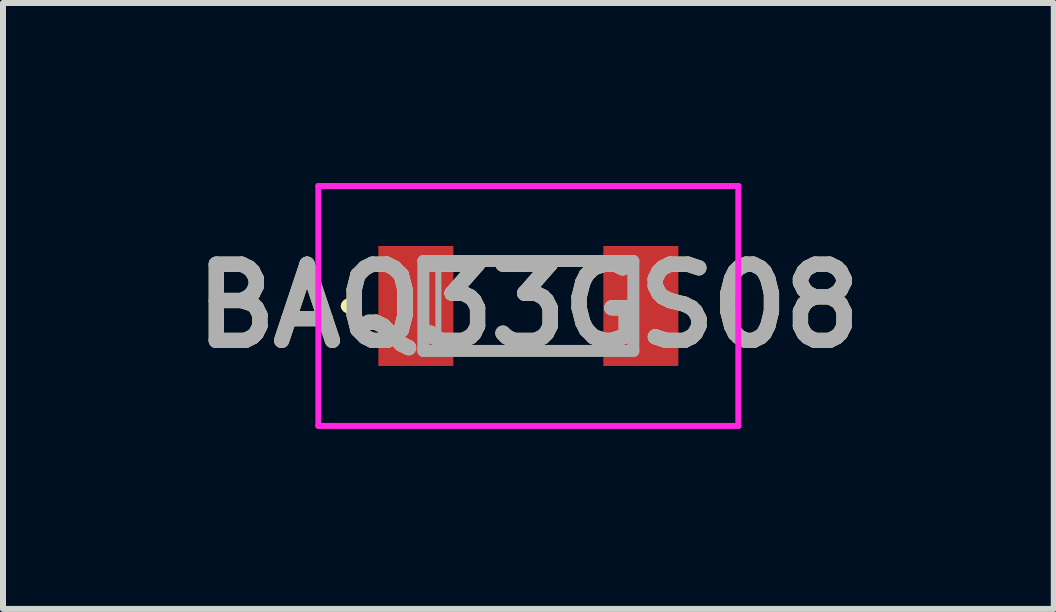
<source format=kicad_pcb>
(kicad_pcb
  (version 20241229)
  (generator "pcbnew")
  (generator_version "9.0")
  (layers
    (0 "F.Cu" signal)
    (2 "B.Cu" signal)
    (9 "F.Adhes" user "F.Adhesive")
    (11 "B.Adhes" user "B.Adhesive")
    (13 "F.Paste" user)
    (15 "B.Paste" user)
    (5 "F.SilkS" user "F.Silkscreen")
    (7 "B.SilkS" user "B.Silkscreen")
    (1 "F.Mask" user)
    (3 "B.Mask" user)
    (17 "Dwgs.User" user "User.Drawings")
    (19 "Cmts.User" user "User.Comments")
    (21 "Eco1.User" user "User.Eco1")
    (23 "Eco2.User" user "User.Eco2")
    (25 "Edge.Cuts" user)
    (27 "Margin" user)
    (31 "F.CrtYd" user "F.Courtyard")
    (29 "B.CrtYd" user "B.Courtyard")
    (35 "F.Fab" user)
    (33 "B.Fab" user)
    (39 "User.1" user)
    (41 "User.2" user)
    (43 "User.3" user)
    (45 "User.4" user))
  (footprint "BAQ33GS08"
    (layer "F.Cu")
    (at 5.757 2.05)
    (property "Reference" "BAQ33GS08" (at 0 0 0) (layer "F.SilkS") (effects (font (size 1.27 1.27) (thickness 0.254))))
    (attr smd)
    (fp_line (start -3.063 0) (end -3.063 0) (stroke (width 0.125) (type solid)) (layer "F.SilkS"))
    (fp_line (start -2.938 0) (end -2.938 0) (stroke (width 0.125) (type solid)) (layer "F.SilkS"))
    (fp_line (start -0.75 -0.75) (end 0.75 -0.75) (stroke (width 0.1) (type solid)) (layer "F.SilkS"))
    (fp_line (start -0.75 0.75) (end 0.75 0.75) (stroke (width 0.1) (type solid)) (layer "F.SilkS"))
    (fp_arc (start -3.063 0.001) (mid -3.001 -0.062) (end -2.938 0) (stroke (width 0.125) (type solid)) (layer "F.SilkS"))
    (fp_arc (start -2.938 -0.001) (mid -3 0.062) (end -3.063 0) (stroke (width 0.125) (type solid)) (layer "F.SilkS"))
    (fp_line (start -3.5 -2) (end 3.5 -2) (stroke (width 0.1) (type solid)) (layer "F.CrtYd"))
    (fp_line (start -3.5 2) (end -3.5 -2) (stroke (width 0.1) (type solid)) (layer "F.CrtYd"))
    (fp_line (start 3.5 -2) (end 3.5 2) (stroke (width 0.1) (type solid)) (layer "F.CrtYd"))
    (fp_line (start 3.5 2) (end -3.5 2) (stroke (width 0.1) (type solid)) (layer "F.CrtYd"))
    (fp_line (start -1.75 -0.75) (end -1.75 0.75) (stroke (width 0.2) (type solid)) (layer "F.Fab"))
    (fp_line (start -1.75 0.75) (end 1.75 0.75) (stroke (width 0.2) (type solid)) (layer "F.Fab"))
    (fp_line (start -1.5 -0.75) (end -1.5 0.75) (stroke (width 0.1) (type solid)) (layer "F.Fab"))
    (fp_line (start 1.75 -0.75) (end -1.75 -0.75) (stroke (width 0.2) (type solid)) (layer "F.Fab"))
    (fp_line (start 1.75 0.75) (end 1.75 -0.75) (stroke (width 0.2) (type solid)) (layer "F.Fab"))
    (fp_text user "${REFERENCE}" (at 0 0 0) (layer "F.Fab") (effects (font (size 1.27 1.27) (thickness 0.254))))
    (pad "1" smd rect (at -1.875 0) (size 1.25 2) (layers "F.Cu" "F.Mask" "F.Paste"))
    (pad "2" smd rect (at 1.875 0) (size 1.25 2) (layers "F.Cu" "F.Mask" "F.Paste")))
  (gr_rect
    (start -3 -3)
    (end 14.515 7.1)
    (stroke (width 0.1) (type default))
    (fill no)
    (layer "Edge.Cuts")))
</source>
